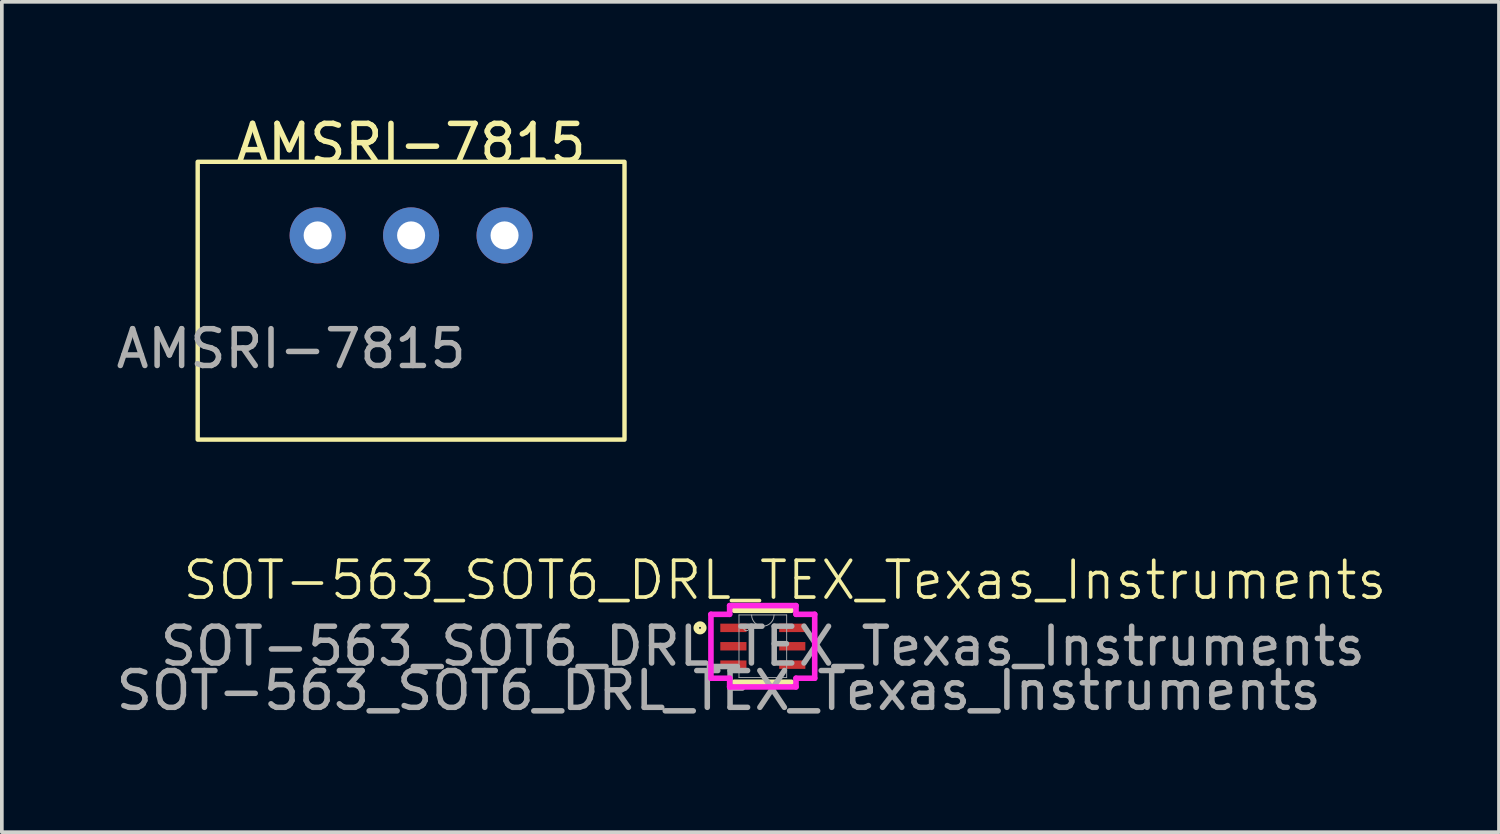
<source format=kicad_pcb>
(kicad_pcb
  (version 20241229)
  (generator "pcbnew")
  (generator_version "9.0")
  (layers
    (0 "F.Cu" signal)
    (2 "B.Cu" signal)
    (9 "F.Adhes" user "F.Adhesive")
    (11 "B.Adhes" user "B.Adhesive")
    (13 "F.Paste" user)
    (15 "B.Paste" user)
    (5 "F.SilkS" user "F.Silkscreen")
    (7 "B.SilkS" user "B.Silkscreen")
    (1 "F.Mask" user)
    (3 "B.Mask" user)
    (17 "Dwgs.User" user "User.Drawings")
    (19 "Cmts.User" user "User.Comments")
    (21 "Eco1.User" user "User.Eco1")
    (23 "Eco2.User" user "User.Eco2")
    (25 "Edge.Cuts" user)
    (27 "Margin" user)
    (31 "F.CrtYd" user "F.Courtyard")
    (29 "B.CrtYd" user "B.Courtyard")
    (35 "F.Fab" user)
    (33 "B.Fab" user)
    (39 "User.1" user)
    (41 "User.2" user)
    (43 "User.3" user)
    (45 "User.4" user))
  (footprint "SOT-563_SOT6_DRL_TEX_Texas_Instruments"
    (layer "F.Cu")
    (at 16.482 13.219)
    (property "Reference" "SOT-563_SOT6_DRL_TEX_Texas_Instruments" (at 1.8 -0.5 0) (unlocked yes) (layer "F.SilkS") (effects (font (size 1 1) (thickness 0.1))))
    (attr through_hole)
    (fp_line (start 0.425 2.273) (end 1.975 2.273) (stroke (width 0.152) (type solid)) (layer "F.SilkS"))
    (fp_line (start 1.975 0.317) (end 0.425 0.317) (stroke (width 0.152) (type solid)) (layer "F.SilkS"))
    (fp_circle (center -0.507 0.795) (end -0.405 0.795) (stroke (width 0.152) (type solid)) (fill no) (layer "F.SilkS"))
    (fp_line (start -0.21 0.427) (end 0.298 0.427) (stroke (width 0.152) (type solid)) (layer "F.CrtYd"))
    (fp_line (start -0.21 2.164) (end -0.21 0.427) (stroke (width 0.152) (type solid)) (layer "F.CrtYd"))
    (fp_line (start -0.21 2.164) (end 0.298 2.164) (stroke (width 0.152) (type solid)) (layer "F.CrtYd"))
    (fp_line (start 0.298 0.19) (end 2.102 0.19) (stroke (width 0.152) (type solid)) (layer "F.CrtYd"))
    (fp_line (start 0.298 0.427) (end 0.298 0.19) (stroke (width 0.152) (type solid)) (layer "F.CrtYd"))
    (fp_line (start 0.298 2.4) (end 0.298 2.164) (stroke (width 0.152) (type solid)) (layer "F.CrtYd"))
    (fp_line (start 2.102 0.19) (end 2.102 0.427) (stroke (width 0.152) (type solid)) (layer "F.CrtYd"))
    (fp_line (start 2.102 2.164) (end 2.102 2.4) (stroke (width 0.152) (type solid)) (layer "F.CrtYd"))
    (fp_line (start 2.102 2.4) (end 0.298 2.4) (stroke (width 0.152) (type solid)) (layer "F.CrtYd"))
    (fp_line (start 2.61 0.427) (end 2.102 0.427) (stroke (width 0.152) (type solid)) (layer "F.CrtYd"))
    (fp_line (start 2.61 0.427) (end 2.61 2.164) (stroke (width 0.152) (type solid)) (layer "F.CrtYd"))
    (fp_line (start 2.61 2.164) (end 2.102 2.164) (stroke (width 0.152) (type solid)) (layer "F.CrtYd"))
    (fp_line (start 0.552 0.444) (end 0.552 2.146) (stroke (width 0.025) (type solid)) (layer "F.Fab"))
    (fp_line (start 0.552 2.146) (end 1.848 2.146) (stroke (width 0.025) (type solid)) (layer "F.Fab"))
    (fp_line (start 1.848 0.444) (end 0.552 0.444) (stroke (width 0.025) (type solid)) (layer "F.Fab"))
    (fp_line (start 1.848 2.146) (end 1.848 0.444) (stroke (width 0.025) (type solid)) (layer "F.Fab"))
    (fp_arc (start 1.5048 0.4442) (mid 1.2 0.749) (end 0.8952 0.4442) (stroke (width 0.0254) (type solid)) (layer "F.Fab"))
    (fp_circle (center 0.755 0.795) (end 0.832 0.795) (stroke (width 0.025) (type solid)) (fill no) (layer "F.Fab"))
    (fp_text user "${REFERENCE}" (at 0 2.5 0) (unlocked yes) (layer "F.Fab") (effects (font (size 1 1) (thickness 0.15))))
    (fp_text user "${REFERENCE}" (at 1.2 1.295 0) (unlocked yes) (layer "F.Fab") (effects (font (size 1 1) (thickness 0.15))))
    (pad "1" smd rect (at 0.4 0.795) (size 0.711 0.229) (layers "F.Cu" "F.Mask" "F.Paste"))
    (pad "2" smd rect (at 0.4 1.295) (size 0.711 0.229) (layers "F.Cu" "F.Mask" "F.Paste"))
    (pad "3" smd rect (at 0.4 1.795) (size 0.711 0.229) (layers "F.Cu" "F.Mask" "F.Paste"))
    (pad "4" smd rect (at 2 1.795) (size 0.711 0.229) (layers "F.Cu" "F.Mask" "F.Paste"))
    (pad "5" smd rect (at 2 1.295) (size 0.711 0.229) (layers "F.Cu" "F.Mask" "F.Paste"))
    (pad "6" smd rect (at 2 0.795) (size 0.711 0.229) (layers "F.Cu" "F.Mask" "F.Paste")))
  (footprint "AMSRI-7815"
    (layer "F.Cu")
    (at 2.323 1.348)
    (property "Reference" "AMSRI-7815" (at 5.8 -0.5 0) (unlocked yes) (layer "F.SilkS") (effects (font (size 1 1) (thickness 0.15))))
    (attr through_hole)
    (fp_rect (start 0 0) (end 11.6 7.55) (stroke (width 0.12) (type solid)) (fill no) (layer "F.SilkS"))
    (fp_text user "${REFERENCE}" (at 2.54 5.08 0) (unlocked yes) (layer "F.Fab") (effects (font (size 1 1) (thickness 0.15))))
    (pad "1" thru_hole circle (at 8.34 2) (size 1.524 1.524) (drill 0.762) (layers "*.Cu" "*.Mask"))
    (pad "2" thru_hole circle (at 5.8 2) (size 1.524 1.524) (drill 0.762) (layers "*.Cu" "*.Mask"))
    (pad "3" thru_hole circle (at 3.26 2) (size 1.524 1.524) (drill 0.762) (layers "*.Cu" "*.Mask")))
  (gr_rect
    (start -3 -3)
    (end 37.689 19.567)
    (stroke (width 0.1) (type default))
    (fill no)
    (layer "Edge.Cuts")))
</source>
